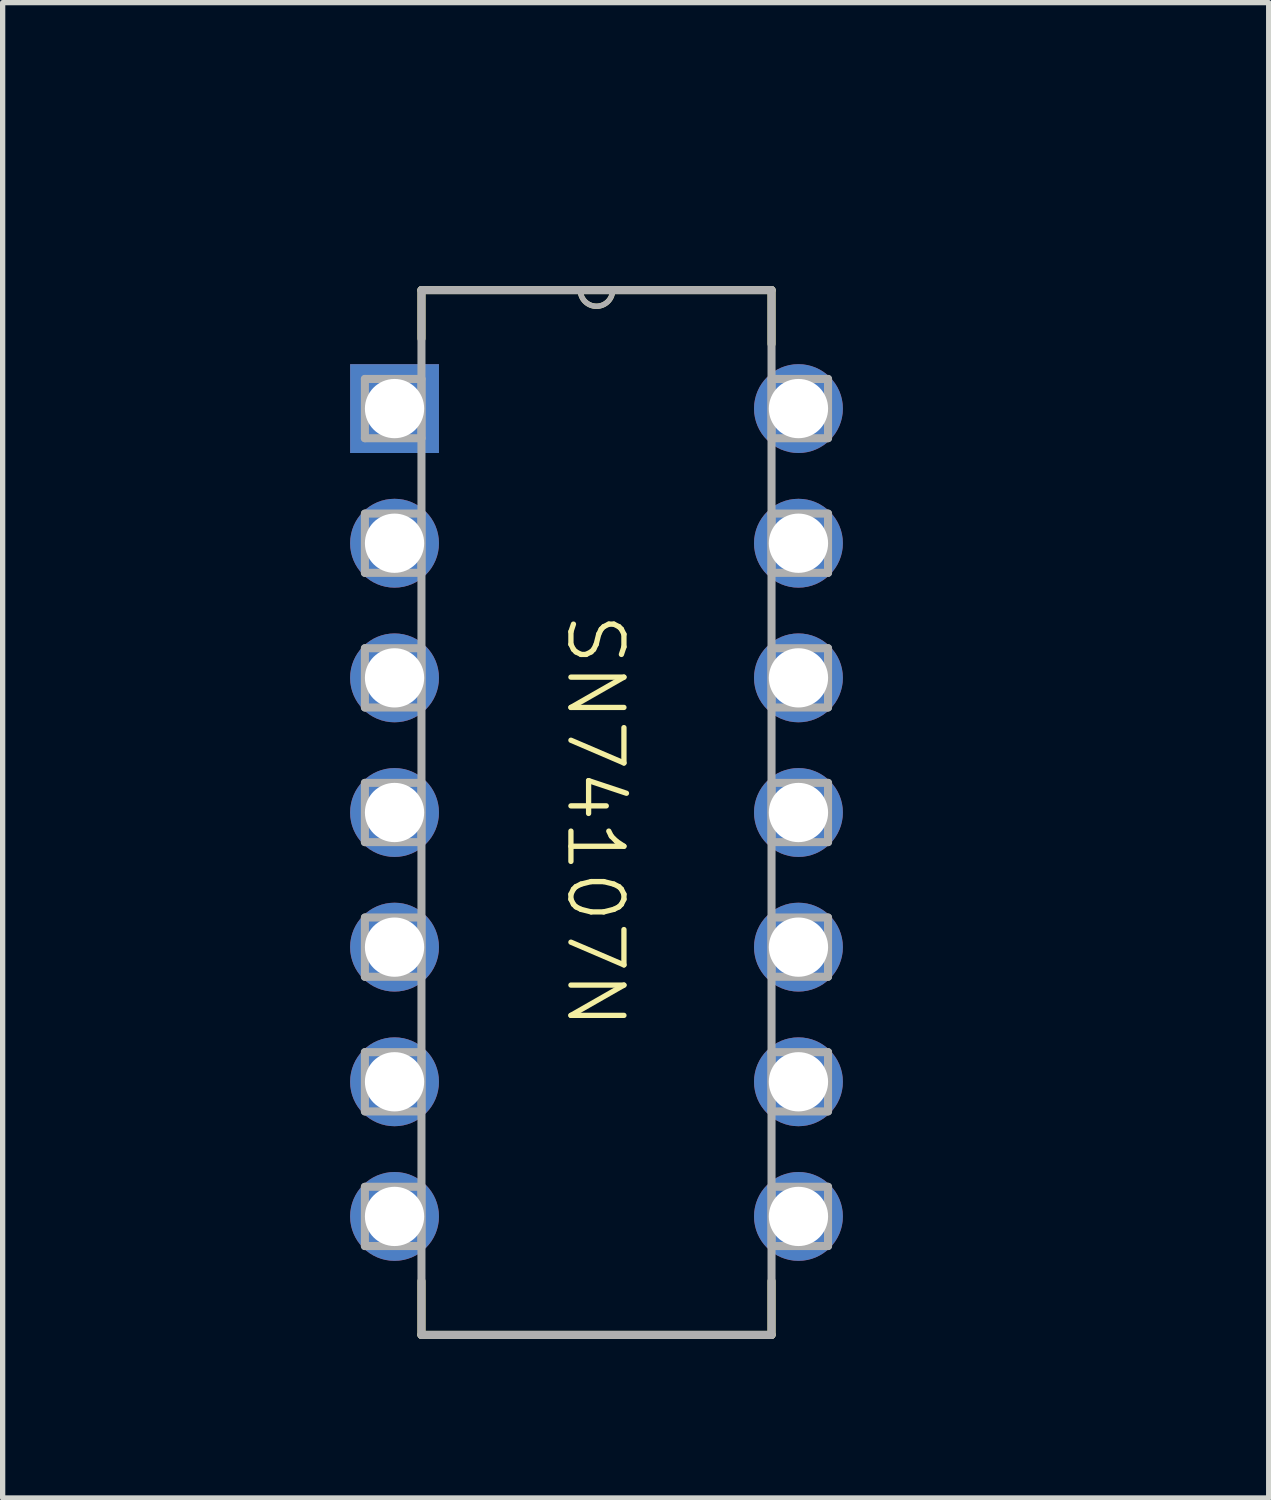
<source format=kicad_pcb>
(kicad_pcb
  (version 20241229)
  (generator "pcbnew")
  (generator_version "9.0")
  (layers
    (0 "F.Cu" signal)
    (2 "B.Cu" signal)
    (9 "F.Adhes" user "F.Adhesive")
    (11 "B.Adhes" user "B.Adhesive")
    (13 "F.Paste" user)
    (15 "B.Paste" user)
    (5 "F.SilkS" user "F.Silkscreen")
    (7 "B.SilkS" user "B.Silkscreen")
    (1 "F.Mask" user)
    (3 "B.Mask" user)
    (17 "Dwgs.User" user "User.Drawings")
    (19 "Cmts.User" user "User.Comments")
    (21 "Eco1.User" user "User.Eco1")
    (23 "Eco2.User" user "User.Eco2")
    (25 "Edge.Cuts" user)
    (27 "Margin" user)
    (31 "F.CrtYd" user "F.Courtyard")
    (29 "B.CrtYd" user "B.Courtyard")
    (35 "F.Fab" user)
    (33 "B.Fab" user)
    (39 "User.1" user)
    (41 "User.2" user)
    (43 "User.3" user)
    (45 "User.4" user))
  (footprint "SN74107N"
    (layer "F.Cu")
    (at 8.228 12.913)
    (property "Reference" "SN74107N" (at 0.38 -12.065 0) (layer "User.1") (effects (font (size 1 1) (thickness 0.15))))
    (attr through_hole)
    (fp_line (start -3.327 -10.49) (end -3.327 -9.576) (stroke (width 0.152) (type solid)) (layer "F.SilkS"))
    (fp_line (start -3.327 8.204) (end -3.327 9.22) (stroke (width 0.152) (type solid)) (layer "F.SilkS"))
    (fp_line (start -3.327 9.22) (end 3.277 9.22) (stroke (width 0.152) (type solid)) (layer "F.SilkS"))
    (fp_line (start -0.33 -10.49) (end -3.327 -10.49) (stroke (width 0.152) (type solid)) (layer "F.SilkS"))
    (fp_line (start 0.279 -10.49) (end -0.33 -10.49) (stroke (width 0.152) (type solid)) (layer "F.SilkS"))
    (fp_line (start 3.277 -10.49) (end 0.279 -10.49) (stroke (width 0.152) (type solid)) (layer "F.SilkS"))
    (fp_line (start 3.277 -9.474) (end 3.277 -10.49) (stroke (width 0.152) (type solid)) (layer "F.SilkS"))
    (fp_line (start 3.277 9.22) (end 3.277 8.204) (stroke (width 0.152) (type solid)) (layer "F.SilkS"))
    (fp_arc (start 0.2794 -10.4902) (mid -0.0254 -10.1854) (end -0.3302 -10.4902) (stroke (width 0.1) (type solid)) (layer "F.SilkS"))
    (fp_line (start -4.394 -8.814) (end -4.394 -7.696) (stroke (width 0.152) (type solid)) (layer "F.Fab"))
    (fp_line (start -4.394 -7.696) (end -3.327 -7.696) (stroke (width 0.152) (type solid)) (layer "F.Fab"))
    (fp_line (start -4.394 -6.274) (end -4.394 -5.156) (stroke (width 0.152) (type solid)) (layer "F.Fab"))
    (fp_line (start -4.394 -5.156) (end -3.327 -5.156) (stroke (width 0.152) (type solid)) (layer "F.Fab"))
    (fp_line (start -4.394 -3.734) (end -4.394 -2.616) (stroke (width 0.152) (type solid)) (layer "F.Fab"))
    (fp_line (start -4.394 -2.616) (end -3.327 -2.616) (stroke (width 0.152) (type solid)) (layer "F.Fab"))
    (fp_line (start -4.394 -1.194) (end -4.394 -0.076) (stroke (width 0.152) (type solid)) (layer "F.Fab"))
    (fp_line (start -4.394 -0.076) (end -3.327 -0.076) (stroke (width 0.152) (type solid)) (layer "F.Fab"))
    (fp_line (start -4.394 1.346) (end -4.394 2.464) (stroke (width 0.152) (type solid)) (layer "F.Fab"))
    (fp_line (start -4.394 2.464) (end -3.327 2.464) (stroke (width 0.152) (type solid)) (layer "F.Fab"))
    (fp_line (start -4.394 3.886) (end -4.394 5.004) (stroke (width 0.152) (type solid)) (layer "F.Fab"))
    (fp_line (start -4.394 5.004) (end -3.327 5.004) (stroke (width 0.152) (type solid)) (layer "F.Fab"))
    (fp_line (start -4.394 6.426) (end -4.394 7.544) (stroke (width 0.152) (type solid)) (layer "F.Fab"))
    (fp_line (start -4.394 7.544) (end -3.327 7.544) (stroke (width 0.152) (type solid)) (layer "F.Fab"))
    (fp_line (start -3.327 -10.49) (end -3.327 9.22) (stroke (width 0.152) (type solid)) (layer "F.Fab"))
    (fp_line (start -3.327 -8.814) (end -4.394 -8.814) (stroke (width 0.152) (type solid)) (layer "F.Fab"))
    (fp_line (start -3.327 -7.696) (end -3.327 -8.814) (stroke (width 0.152) (type solid)) (layer "F.Fab"))
    (fp_line (start -3.327 -6.274) (end -4.394 -6.274) (stroke (width 0.152) (type solid)) (layer "F.Fab"))
    (fp_line (start -3.327 -5.156) (end -3.327 -6.274) (stroke (width 0.152) (type solid)) (layer "F.Fab"))
    (fp_line (start -3.327 -3.734) (end -4.394 -3.734) (stroke (width 0.152) (type solid)) (layer "F.Fab"))
    (fp_line (start -3.327 -2.616) (end -3.327 -3.734) (stroke (width 0.152) (type solid)) (layer "F.Fab"))
    (fp_line (start -3.327 -1.194) (end -4.394 -1.194) (stroke (width 0.152) (type solid)) (layer "F.Fab"))
    (fp_line (start -3.327 -0.076) (end -3.327 -1.194) (stroke (width 0.152) (type solid)) (layer "F.Fab"))
    (fp_line (start -3.327 1.346) (end -4.394 1.346) (stroke (width 0.152) (type solid)) (layer "F.Fab"))
    (fp_line (start -3.327 2.464) (end -3.327 1.346) (stroke (width 0.152) (type solid)) (layer "F.Fab"))
    (fp_line (start -3.327 3.886) (end -4.394 3.886) (stroke (width 0.152) (type solid)) (layer "F.Fab"))
    (fp_line (start -3.327 5.004) (end -3.327 3.886) (stroke (width 0.152) (type solid)) (layer "F.Fab"))
    (fp_line (start -3.327 6.426) (end -4.394 6.426) (stroke (width 0.152) (type solid)) (layer "F.Fab"))
    (fp_line (start -3.327 7.544) (end -3.327 6.426) (stroke (width 0.152) (type solid)) (layer "F.Fab"))
    (fp_line (start -3.327 9.22) (end 3.277 9.22) (stroke (width 0.152) (type solid)) (layer "F.Fab"))
    (fp_line (start -0.33 -10.49) (end -3.327 -10.49) (stroke (width 0.152) (type solid)) (layer "F.Fab"))
    (fp_line (start 0.279 -10.49) (end -0.33 -10.49) (stroke (width 0.152) (type solid)) (layer "F.Fab"))
    (fp_line (start 3.277 -10.49) (end 0.279 -10.49) (stroke (width 0.152) (type solid)) (layer "F.Fab"))
    (fp_line (start 3.277 -8.814) (end 3.277 -7.696) (stroke (width 0.152) (type solid)) (layer "F.Fab"))
    (fp_line (start 3.277 -7.696) (end 4.343 -7.696) (stroke (width 0.152) (type solid)) (layer "F.Fab"))
    (fp_line (start 3.277 -6.274) (end 3.277 -5.156) (stroke (width 0.152) (type solid)) (layer "F.Fab"))
    (fp_line (start 3.277 -5.156) (end 4.343 -5.156) (stroke (width 0.152) (type solid)) (layer "F.Fab"))
    (fp_line (start 3.277 -3.734) (end 3.277 -2.616) (stroke (width 0.152) (type solid)) (layer "F.Fab"))
    (fp_line (start 3.277 -2.616) (end 4.343 -2.616) (stroke (width 0.152) (type solid)) (layer "F.Fab"))
    (fp_line (start 3.277 -1.194) (end 3.277 -0.076) (stroke (width 0.152) (type solid)) (layer "F.Fab"))
    (fp_line (start 3.277 -0.076) (end 4.343 -0.076) (stroke (width 0.152) (type solid)) (layer "F.Fab"))
    (fp_line (start 3.277 1.346) (end 3.277 2.464) (stroke (width 0.152) (type solid)) (layer "F.Fab"))
    (fp_line (start 3.277 2.464) (end 4.343 2.464) (stroke (width 0.152) (type solid)) (layer "F.Fab"))
    (fp_line (start 3.277 3.886) (end 3.277 5.004) (stroke (width 0.152) (type solid)) (layer "F.Fab"))
    (fp_line (start 3.277 5.004) (end 4.343 5.004) (stroke (width 0.152) (type solid)) (layer "F.Fab"))
    (fp_line (start 3.277 6.426) (end 3.277 7.544) (stroke (width 0.152) (type solid)) (layer "F.Fab"))
    (fp_line (start 3.277 7.544) (end 4.343 7.544) (stroke (width 0.152) (type solid)) (layer "F.Fab"))
    (fp_line (start 3.277 9.22) (end 3.277 -10.49) (stroke (width 0.152) (type solid)) (layer "F.Fab"))
    (fp_line (start 4.343 -8.814) (end 3.277 -8.814) (stroke (width 0.152) (type solid)) (layer "F.Fab"))
    (fp_line (start 4.343 -7.696) (end 4.343 -8.814) (stroke (width 0.152) (type solid)) (layer "F.Fab"))
    (fp_line (start 4.343 -6.274) (end 3.277 -6.274) (stroke (width 0.152) (type solid)) (layer "F.Fab"))
    (fp_line (start 4.343 -5.156) (end 4.343 -6.274) (stroke (width 0.152) (type solid)) (layer "F.Fab"))
    (fp_line (start 4.343 -3.734) (end 3.277 -3.734) (stroke (width 0.152) (type solid)) (layer "F.Fab"))
    (fp_line (start 4.343 -2.616) (end 4.343 -3.734) (stroke (width 0.152) (type solid)) (layer "F.Fab"))
    (fp_line (start 4.343 -1.194) (end 3.277 -1.194) (stroke (width 0.152) (type solid)) (layer "F.Fab"))
    (fp_line (start 4.343 -0.076) (end 4.343 -1.194) (stroke (width 0.152) (type solid)) (layer "F.Fab"))
    (fp_line (start 4.343 1.346) (end 3.277 1.346) (stroke (width 0.152) (type solid)) (layer "F.Fab"))
    (fp_line (start 4.343 2.464) (end 4.343 1.346) (stroke (width 0.152) (type solid)) (layer "F.Fab"))
    (fp_line (start 4.343 3.886) (end 3.277 3.886) (stroke (width 0.152) (type solid)) (layer "F.Fab"))
    (fp_line (start 4.343 5.004) (end 4.343 3.886) (stroke (width 0.152) (type solid)) (layer "F.Fab"))
    (fp_line (start 4.343 6.426) (end 3.277 6.426) (stroke (width 0.152) (type solid)) (layer "F.Fab"))
    (fp_line (start 4.343 7.544) (end 4.343 6.426) (stroke (width 0.152) (type solid)) (layer "F.Fab"))
    (fp_arc (start 0.2794 -10.4902) (mid -0.0254 -10.1854) (end -0.3302 -10.4902) (stroke (width 0.1) (type solid)) (layer "F.Fab"))
    (fp_text user "SN74107N" (at -0.635 -4.445 270) (unlocked yes) (layer "F.SilkS") (effects (font (size 1 1) (thickness 0.1)) (justify left bottom)))
    (fp_text user "2Q" (at -5.08 2.54 0) (unlocked yes) (layer "User.1") (effects (font (size 1 1) (thickness 0.1)) (justify right bottom)))
    (fp_text user "~2Q" (at -5.08 5.08 0) (unlocked yes) (layer "User.1") (effects (font (size 1 1) (thickness 0.1)) (justify right bottom)))
    (fp_text user "~1Q" (at -5.08 -5.08 0) (unlocked yes) (layer "User.1") (effects (font (size 1 1) (thickness 0.1)) (justify right bottom)))
    (fp_text user "~1CLR" (at 5.08 -5.08 0) (unlocked yes) (layer "User.1") (effects (font (size 1 1) (thickness 0.1)) (justify left bottom)))
    (fp_text user "1J" (at -5.08 -7.62 0) (unlocked yes) (layer "User.1") (effects (font (size 1 1) (thickness 0.1)) (justify right bottom)))
    (fp_text user "2K" (at 5.08 0 0) (unlocked yes) (layer "User.1") (effects (font (size 1 1) (thickness 0.1)) (justify left bottom)))
    (fp_text user "VCC" (at 5.08 -7.62 0) (unlocked yes) (layer "User.1") (effects (font (size 1 1) (thickness 0.1)) (justify left bottom)))
    (fp_text user "1K" (at -5.08 0 0) (unlocked yes) (layer "User.1") (effects (font (size 1 1) (thickness 0.1)) (justify right bottom)))
    (fp_text user "~2CLR" (at 5.08 2.54 0) (unlocked yes) (layer "User.1") (effects (font (size 1 1) (thickness 0.1)) (justify left bottom)))
    (fp_text user "1Q" (at -5.08 -2.54 0) (unlocked yes) (layer "User.1") (effects (font (size 1 1) (thickness 0.1)) (justify right bottom)))
    (fp_text user "2CLK" (at 5.08 5.08 0) (unlocked yes) (layer "User.1") (effects (font (size 1 1) (thickness 0.1)) (justify left bottom)))
    (fp_text user "1CLK" (at 5.08 -2.54 0) (unlocked yes) (layer "User.1") (effects (font (size 1 1) (thickness 0.1)) (justify left bottom)))
    (fp_text user "2J" (at 5.08 7.62 0) (unlocked yes) (layer "User.1") (effects (font (size 1 1) (thickness 0.1)) (justify left bottom)))
    (fp_text user "GND" (at -5.08 7.62 0) (unlocked yes) (layer "User.1") (effects (font (size 1 1) (thickness 0.1)) (justify right bottom)))
    (pad "1" thru_hole rect (at -3.835 -8.255) (size 1.676 1.676) (drill 1.118) (layers "*.Cu" "*.Mask"))
    (pad "2" thru_hole circle (at -3.835 -5.715) (size 1.676 1.676) (drill 1.118) (layers "*.Cu" "*.Mask"))
    (pad "3" thru_hole circle (at -3.835 -3.175) (size 1.676 1.676) (drill 1.118) (layers "*.Cu" "*.Mask"))
    (pad "4" thru_hole circle (at -3.835 -0.635) (size 1.676 1.676) (drill 1.118) (layers "*.Cu" "*.Mask"))
    (pad "5" thru_hole circle (at -3.835 1.905) (size 1.676 1.676) (drill 1.118) (layers "*.Cu" "*.Mask"))
    (pad "6" thru_hole circle (at -3.835 4.445) (size 1.676 1.676) (drill 1.118) (layers "*.Cu" "*.Mask"))
    (pad "7" thru_hole circle (at -3.835 6.985) (size 1.676 1.676) (drill 1.118) (layers "*.Cu" "*.Mask"))
    (pad "8" thru_hole circle (at 3.785 6.985) (size 1.676 1.676) (drill 1.118) (layers "*.Cu" "*.Mask"))
    (pad "9" thru_hole circle (at 3.785 4.445) (size 1.676 1.676) (drill 1.118) (layers "*.Cu" "*.Mask"))
    (pad "10" thru_hole circle (at 3.785 1.905) (size 1.676 1.676) (drill 1.118) (layers "*.Cu" "*.Mask"))
    (pad "11" thru_hole circle (at 3.785 -0.635) (size 1.676 1.676) (drill 1.118) (layers "*.Cu" "*.Mask"))
    (pad "12" thru_hole circle (at 3.785 -3.175) (size 1.676 1.676) (drill 1.118) (layers "*.Cu" "*.Mask"))
    (pad "13" thru_hole circle (at 3.785 -5.715) (size 1.676 1.676) (drill 1.118) (layers "*.Cu" "*.Mask"))
    (pad "14" thru_hole circle (at 3.785 -8.255) (size 1.676 1.676) (drill 1.118) (layers "*.Cu" "*.Mask")))
  (gr_rect
    (start -3 -3)
    (end 20.884 25.21)
    (stroke (width 0.1) (type default))
    (fill no)
    (layer "Edge.Cuts")))
</source>
